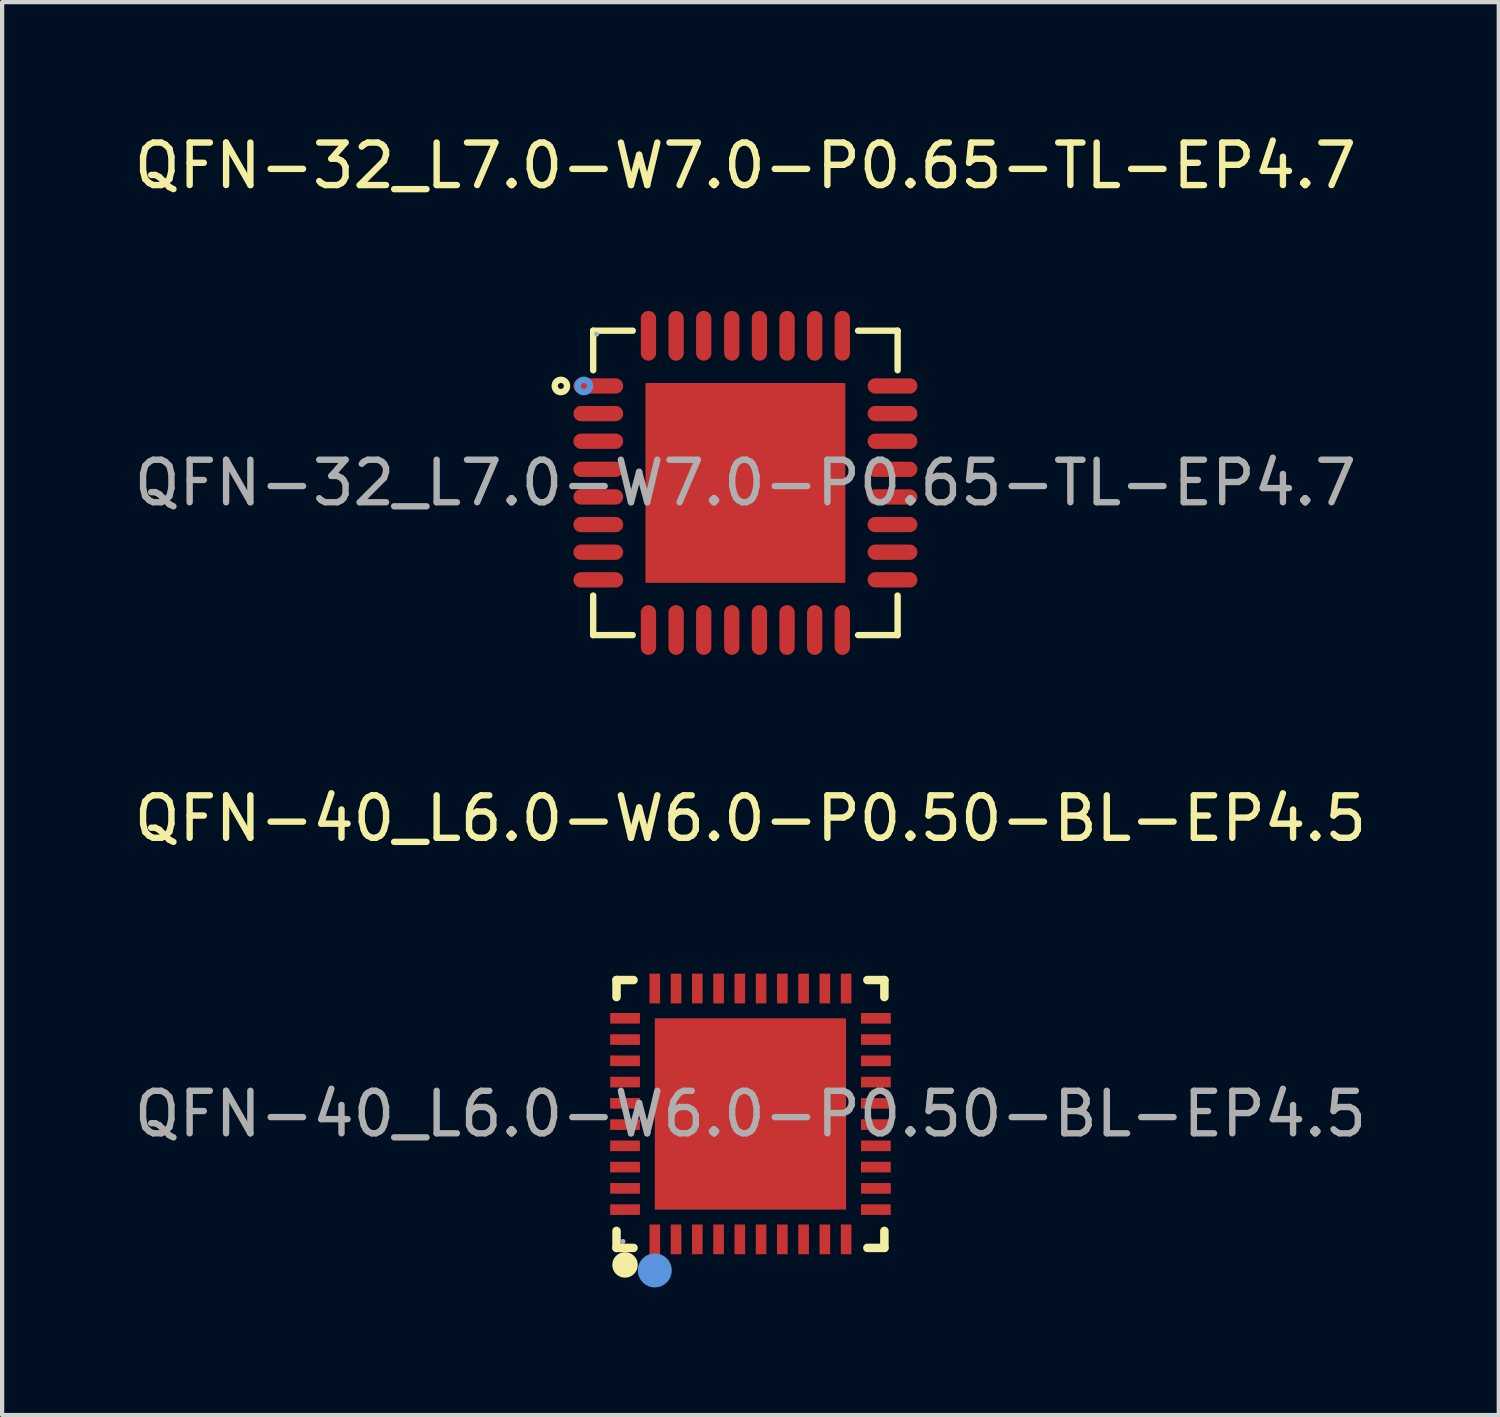
<source format=kicad_pcb>
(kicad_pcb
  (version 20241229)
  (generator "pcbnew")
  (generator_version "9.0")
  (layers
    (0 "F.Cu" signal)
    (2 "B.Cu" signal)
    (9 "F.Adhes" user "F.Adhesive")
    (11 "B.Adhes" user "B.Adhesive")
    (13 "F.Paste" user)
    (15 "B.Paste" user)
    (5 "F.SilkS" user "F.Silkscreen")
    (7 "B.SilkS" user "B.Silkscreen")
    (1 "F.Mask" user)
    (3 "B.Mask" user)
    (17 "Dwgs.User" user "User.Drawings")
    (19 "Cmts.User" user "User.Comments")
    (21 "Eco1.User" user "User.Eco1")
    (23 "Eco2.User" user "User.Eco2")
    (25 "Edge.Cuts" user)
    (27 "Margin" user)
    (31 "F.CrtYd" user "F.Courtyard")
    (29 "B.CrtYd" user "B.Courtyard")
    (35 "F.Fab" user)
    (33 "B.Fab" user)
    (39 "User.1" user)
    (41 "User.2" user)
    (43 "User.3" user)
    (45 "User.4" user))
  (footprint "QFN-40_L6.0-W6.0-P0.50-BL-EP4.5"
    (layer "F.Cu")
    (at 14.601 23.151)
    (property "Reference" "QFN-40_L6.0-W6.0-P0.50-BL-EP4.5" (at 0 -6.95 0) (layer "F.SilkS") (effects (font (size 1 1) (thickness 0.15))))
    (attr through_hole)
    (fp_line (start -3.15 -3.15) (end -2.75 -3.15) (stroke (width 0.2) (type solid)) (layer "F.SilkS"))
    (fp_line (start -3.15 -2.75) (end -3.15 -3.15) (stroke (width 0.2) (type solid)) (layer "F.SilkS"))
    (fp_line (start -3.15 3.15) (end -3.15 2.75) (stroke (width 0.2) (type solid)) (layer "F.SilkS"))
    (fp_line (start -2.75 3.15) (end -3.15 3.15) (stroke (width 0.2) (type solid)) (layer "F.SilkS"))
    (fp_line (start 3.15 -3.15) (end 2.75 -3.15) (stroke (width 0.2) (type solid)) (layer "F.SilkS"))
    (fp_line (start 3.15 -2.75) (end 3.15 -3.15) (stroke (width 0.2) (type solid)) (layer "F.SilkS"))
    (fp_line (start 3.15 2.75) (end 3.15 3.15) (stroke (width 0.2) (type solid)) (layer "F.SilkS"))
    (fp_line (start 3.15 3.15) (end 2.75 3.15) (stroke (width 0.2) (type solid)) (layer "F.SilkS"))
    (fp_arc (start -2.95 3.55) (mid -2.95 3.55) (end -2.95 3.55) (stroke (width 0.3) (type solid)) (layer "F.SilkS"))
    (fp_circle (center -2.25 3.68) (end -2.05 3.68) (stroke (width 0.4) (type solid)) (fill no) (layer "Cmts.User"))
    (fp_circle (center -3 3) (end -2.97 3) (stroke (width 0.06) (type solid)) (fill no) (layer "F.Fab"))
    (fp_text user "${REFERENCE}" (at 0 0 0) (layer "F.Fab") (effects (font (size 1 1) (thickness 0.15))))
    (pad "1" smd rect (at -2.25 2.95 180) (size 0.25 0.7) (layers "F.Cu" "F.Mask" "F.Paste"))
    (pad "2" smd rect (at -1.75 2.95 180) (size 0.25 0.7) (layers "F.Cu" "F.Mask" "F.Paste"))
    (pad "3" smd rect (at -1.25 2.95 180) (size 0.25 0.7) (layers "F.Cu" "F.Mask" "F.Paste"))
    (pad "4" smd rect (at -0.75 2.95 180) (size 0.25 0.7) (layers "F.Cu" "F.Mask" "F.Paste"))
    (pad "5" smd rect (at -0.25 2.95 180) (size 0.25 0.7) (layers "F.Cu" "F.Mask" "F.Paste"))
    (pad "6" smd rect (at 0.25 2.95 180) (size 0.25 0.7) (layers "F.Cu" "F.Mask" "F.Paste"))
    (pad "7" smd rect (at 0.75 2.95 180) (size 0.25 0.7) (layers "F.Cu" "F.Mask" "F.Paste"))
    (pad "8" smd rect (at 1.25 2.95 180) (size 0.25 0.7) (layers "F.Cu" "F.Mask" "F.Paste"))
    (pad "9" smd rect (at 1.75 2.95 180) (size 0.25 0.7) (layers "F.Cu" "F.Mask" "F.Paste"))
    (pad "10" smd rect (at 2.25 2.95 180) (size 0.25 0.7) (layers "F.Cu" "F.Mask" "F.Paste"))
    (pad "11" smd rect (at 2.95 2.25 90) (size 0.25 0.7) (layers "F.Cu" "F.Mask" "F.Paste"))
    (pad "12" smd rect (at 2.95 1.75 90) (size 0.25 0.7) (layers "F.Cu" "F.Mask" "F.Paste"))
    (pad "13" smd rect (at 2.95 1.25 90) (size 0.25 0.7) (layers "F.Cu" "F.Mask" "F.Paste"))
    (pad "14" smd rect (at 2.95 0.75 90) (size 0.25 0.7) (layers "F.Cu" "F.Mask" "F.Paste"))
    (pad "15" smd rect (at 2.95 0.25 90) (size 0.25 0.7) (layers "F.Cu" "F.Mask" "F.Paste"))
    (pad "16" smd rect (at 2.95 -0.25 90) (size 0.25 0.7) (layers "F.Cu" "F.Mask" "F.Paste"))
    (pad "17" smd rect (at 2.95 -0.75 90) (size 0.25 0.7) (layers "F.Cu" "F.Mask" "F.Paste"))
    (pad "18" smd rect (at 2.95 -1.25 90) (size 0.25 0.7) (layers "F.Cu" "F.Mask" "F.Paste"))
    (pad "19" smd rect (at 2.95 -1.75 90) (size 0.25 0.7) (layers "F.Cu" "F.Mask" "F.Paste"))
    (pad "20" smd rect (at 2.95 -2.25 90) (size 0.25 0.7) (layers "F.Cu" "F.Mask" "F.Paste"))
    (pad "21" smd rect (at 2.25 -2.95 180) (size 0.25 0.7) (layers "F.Cu" "F.Mask" "F.Paste"))
    (pad "22" smd rect (at 1.75 -2.95 180) (size 0.25 0.7) (layers "F.Cu" "F.Mask" "F.Paste"))
    (pad "23" smd rect (at 1.25 -2.95 180) (size 0.25 0.7) (layers "F.Cu" "F.Mask" "F.Paste"))
    (pad "24" smd rect (at 0.75 -2.95 180) (size 0.25 0.7) (layers "F.Cu" "F.Mask" "F.Paste"))
    (pad "25" smd rect (at 0.25 -2.95 180) (size 0.25 0.7) (layers "F.Cu" "F.Mask" "F.Paste"))
    (pad "26" smd rect (at -0.25 -2.95 180) (size 0.25 0.7) (layers "F.Cu" "F.Mask" "F.Paste"))
    (pad "27" smd rect (at -0.75 -2.95 180) (size 0.25 0.7) (layers "F.Cu" "F.Mask" "F.Paste"))
    (pad "28" smd rect (at -1.25 -2.95 180) (size 0.25 0.7) (layers "F.Cu" "F.Mask" "F.Paste"))
    (pad "29" smd rect (at -1.75 -2.95 180) (size 0.25 0.7) (layers "F.Cu" "F.Mask" "F.Paste"))
    (pad "30" smd rect (at -2.25 -2.95 180) (size 0.25 0.7) (layers "F.Cu" "F.Mask" "F.Paste"))
    (pad "31" smd rect (at -2.95 -2.25 90) (size 0.25 0.7) (layers "F.Cu" "F.Mask" "F.Paste"))
    (pad "32" smd rect (at -2.95 -1.75 90) (size 0.25 0.7) (layers "F.Cu" "F.Mask" "F.Paste"))
    (pad "33" smd rect (at -2.95 -1.25 90) (size 0.25 0.7) (layers "F.Cu" "F.Mask" "F.Paste"))
    (pad "34" smd rect (at -2.95 -0.75 90) (size 0.25 0.7) (layers "F.Cu" "F.Mask" "F.Paste"))
    (pad "35" smd rect (at -2.95 -0.25 90) (size 0.25 0.7) (layers "F.Cu" "F.Mask" "F.Paste"))
    (pad "36" smd rect (at -2.95 0.25 90) (size 0.25 0.7) (layers "F.Cu" "F.Mask" "F.Paste"))
    (pad "37" smd rect (at -2.95 0.75 90) (size 0.25 0.7) (layers "F.Cu" "F.Mask" "F.Paste"))
    (pad "38" smd rect (at -2.95 1.25 90) (size 0.25 0.7) (layers "F.Cu" "F.Mask" "F.Paste"))
    (pad "39" smd rect (at -2.95 1.75 90) (size 0.25 0.7) (layers "F.Cu" "F.Mask" "F.Paste"))
    (pad "40" smd rect (at -2.95 2.25 90) (size 0.25 0.7) (layers "F.Cu" "F.Mask" "F.Paste"))
    (pad "41" smd rect (at 0 0 90) (size 4.5 4.5) (layers "F.Cu" "F.Mask" "F.Paste")))
  (footprint "QFN-32_L7.0-W7.0-P0.65-TL-EP4.7"
    (layer "F.Cu")
    (at 14.482 8.308)
    (property "Reference" "QFN-32_L7.0-W7.0-P0.65-TL-EP4.7" (at 0 -7.46 0) (layer "F.SilkS") (effects (font (size 1 1) (thickness 0.15))))
    (attr through_hole)
    (fp_line (start -3.58 -3.58) (end -3.58 -2.65) (stroke (width 0.15) (type solid)) (layer "F.SilkS"))
    (fp_line (start -3.58 3.58) (end -3.58 2.65) (stroke (width 0.15) (type solid)) (layer "F.SilkS"))
    (fp_line (start -2.65 -3.58) (end -3.58 -3.58) (stroke (width 0.15) (type solid)) (layer "F.SilkS"))
    (fp_line (start -2.65 3.58) (end -3.58 3.58) (stroke (width 0.15) (type solid)) (layer "F.SilkS"))
    (fp_line (start 2.65 -3.58) (end 3.58 -3.58) (stroke (width 0.15) (type solid)) (layer "F.SilkS"))
    (fp_line (start 2.65 3.58) (end 3.58 3.58) (stroke (width 0.15) (type solid)) (layer "F.SilkS"))
    (fp_line (start 3.58 -3.58) (end 3.58 -2.65) (stroke (width 0.15) (type solid)) (layer "F.SilkS"))
    (fp_line (start 3.58 3.58) (end 3.58 2.65) (stroke (width 0.15) (type solid)) (layer "F.SilkS"))
    (fp_circle (center -4.34 -2.28) (end -4.27 -2.28) (stroke (width 0.15) (type solid)) (fill no) (layer "F.SilkS"))
    (fp_circle (center -3.8 -2.28) (end -3.73 -2.28) (stroke (width 0.15) (type solid)) (fill no) (layer "Cmts.User"))
    (fp_circle (center -3.5 -3.5) (end -3.47 -3.5) (stroke (width 0.06) (type solid)) (fill no) (layer "F.Fab"))
    (fp_text user "${REFERENCE}" (at 0 0 0) (layer "F.Fab") (effects (font (size 1 1) (thickness 0.15))))
    (pad "1" smd oval (at -3.46 -2.28 270) (size 0.36 1.17) (layers "F.Cu" "F.Mask" "F.Paste"))
    (pad "2" smd oval (at -3.46 -1.63 270) (size 0.36 1.17) (layers "F.Cu" "F.Mask" "F.Paste"))
    (pad "3" smd oval (at -3.46 -0.98 270) (size 0.36 1.17) (layers "F.Cu" "F.Mask" "F.Paste"))
    (pad "4" smd oval (at -3.46 -0.32 270) (size 0.36 1.17) (layers "F.Cu" "F.Mask" "F.Paste"))
    (pad "5" smd oval (at -3.46 0.33 270) (size 0.36 1.17) (layers "F.Cu" "F.Mask" "F.Paste"))
    (pad "6" smd oval (at -3.46 0.98 270) (size 0.36 1.17) (layers "F.Cu" "F.Mask" "F.Paste"))
    (pad "7" smd oval (at -3.46 1.63 270) (size 0.36 1.17) (layers "F.Cu" "F.Mask" "F.Paste"))
    (pad "8" smd oval (at -3.46 2.28 270) (size 0.36 1.17) (layers "F.Cu" "F.Mask" "F.Paste"))
    (pad "9" smd oval (at -2.28 3.46 270) (size 1.17 0.36) (layers "F.Cu" "F.Mask" "F.Paste"))
    (pad "10" smd oval (at -1.63 3.46 270) (size 1.17 0.36) (layers "F.Cu" "F.Mask" "F.Paste"))
    (pad "11" smd oval (at -0.98 3.46 270) (size 1.17 0.36) (layers "F.Cu" "F.Mask" "F.Paste"))
    (pad "12" smd oval (at -0.32 3.46 270) (size 1.17 0.36) (layers "F.Cu" "F.Mask" "F.Paste"))
    (pad "13" smd oval (at 0.33 3.46 270) (size 1.17 0.36) (layers "F.Cu" "F.Mask" "F.Paste"))
    (pad "14" smd oval (at 0.98 3.46 270) (size 1.17 0.36) (layers "F.Cu" "F.Mask" "F.Paste"))
    (pad "15" smd oval (at 1.63 3.46 270) (size 1.17 0.36) (layers "F.Cu" "F.Mask" "F.Paste"))
    (pad "16" smd oval (at 2.28 3.46 270) (size 1.17 0.36) (layers "F.Cu" "F.Mask" "F.Paste"))
    (pad "17" smd oval (at 3.46 2.28 270) (size 0.36 1.17) (layers "F.Cu" "F.Mask" "F.Paste"))
    (pad "18" smd oval (at 3.46 1.63 270) (size 0.36 1.17) (layers "F.Cu" "F.Mask" "F.Paste"))
    (pad "19" smd oval (at 3.46 0.98 270) (size 0.36 1.17) (layers "F.Cu" "F.Mask" "F.Paste"))
    (pad "20" smd oval (at 3.46 0.33 270) (size 0.36 1.17) (layers "F.Cu" "F.Mask" "F.Paste"))
    (pad "21" smd oval (at 3.46 -0.32 270) (size 0.36 1.17) (layers "F.Cu" "F.Mask" "F.Paste"))
    (pad "22" smd oval (at 3.46 -0.98 270) (size 0.36 1.17) (layers "F.Cu" "F.Mask" "F.Paste"))
    (pad "23" smd oval (at 3.46 -1.63 270) (size 0.36 1.17) (layers "F.Cu" "F.Mask" "F.Paste"))
    (pad "24" smd oval (at 3.46 -2.28 270) (size 0.36 1.17) (layers "F.Cu" "F.Mask" "F.Paste"))
    (pad "25" smd oval (at 2.28 -3.46 270) (size 1.17 0.36) (layers "F.Cu" "F.Mask" "F.Paste"))
    (pad "26" smd oval (at 1.63 -3.46 270) (size 1.17 0.36) (layers "F.Cu" "F.Mask" "F.Paste"))
    (pad "27" smd oval (at 0.98 -3.46 270) (size 1.17 0.36) (layers "F.Cu" "F.Mask" "F.Paste"))
    (pad "28" smd oval (at 0.33 -3.46 270) (size 1.17 0.36) (layers "F.Cu" "F.Mask" "F.Paste"))
    (pad "29" smd oval (at -0.32 -3.46 270) (size 1.17 0.36) (layers "F.Cu" "F.Mask" "F.Paste"))
    (pad "30" smd oval (at -0.98 -3.46 270) (size 1.17 0.36) (layers "F.Cu" "F.Mask" "F.Paste"))
    (pad "31" smd oval (at -1.63 -3.46 270) (size 1.17 0.36) (layers "F.Cu" "F.Mask" "F.Paste"))
    (pad "32" smd oval (at -2.28 -3.46 270) (size 1.17 0.36) (layers "F.Cu" "F.Mask" "F.Paste"))
    (pad "33" smd rect (at 0 0) (size 4.7 4.7) (layers "F.Cu" "F.Mask" "F.Paste")))
  (gr_rect
    (start -3 -3)
    (end 32.202 30.232)
    (stroke (width 0.1) (type default))
    (fill no)
    (layer "Edge.Cuts")))
</source>
